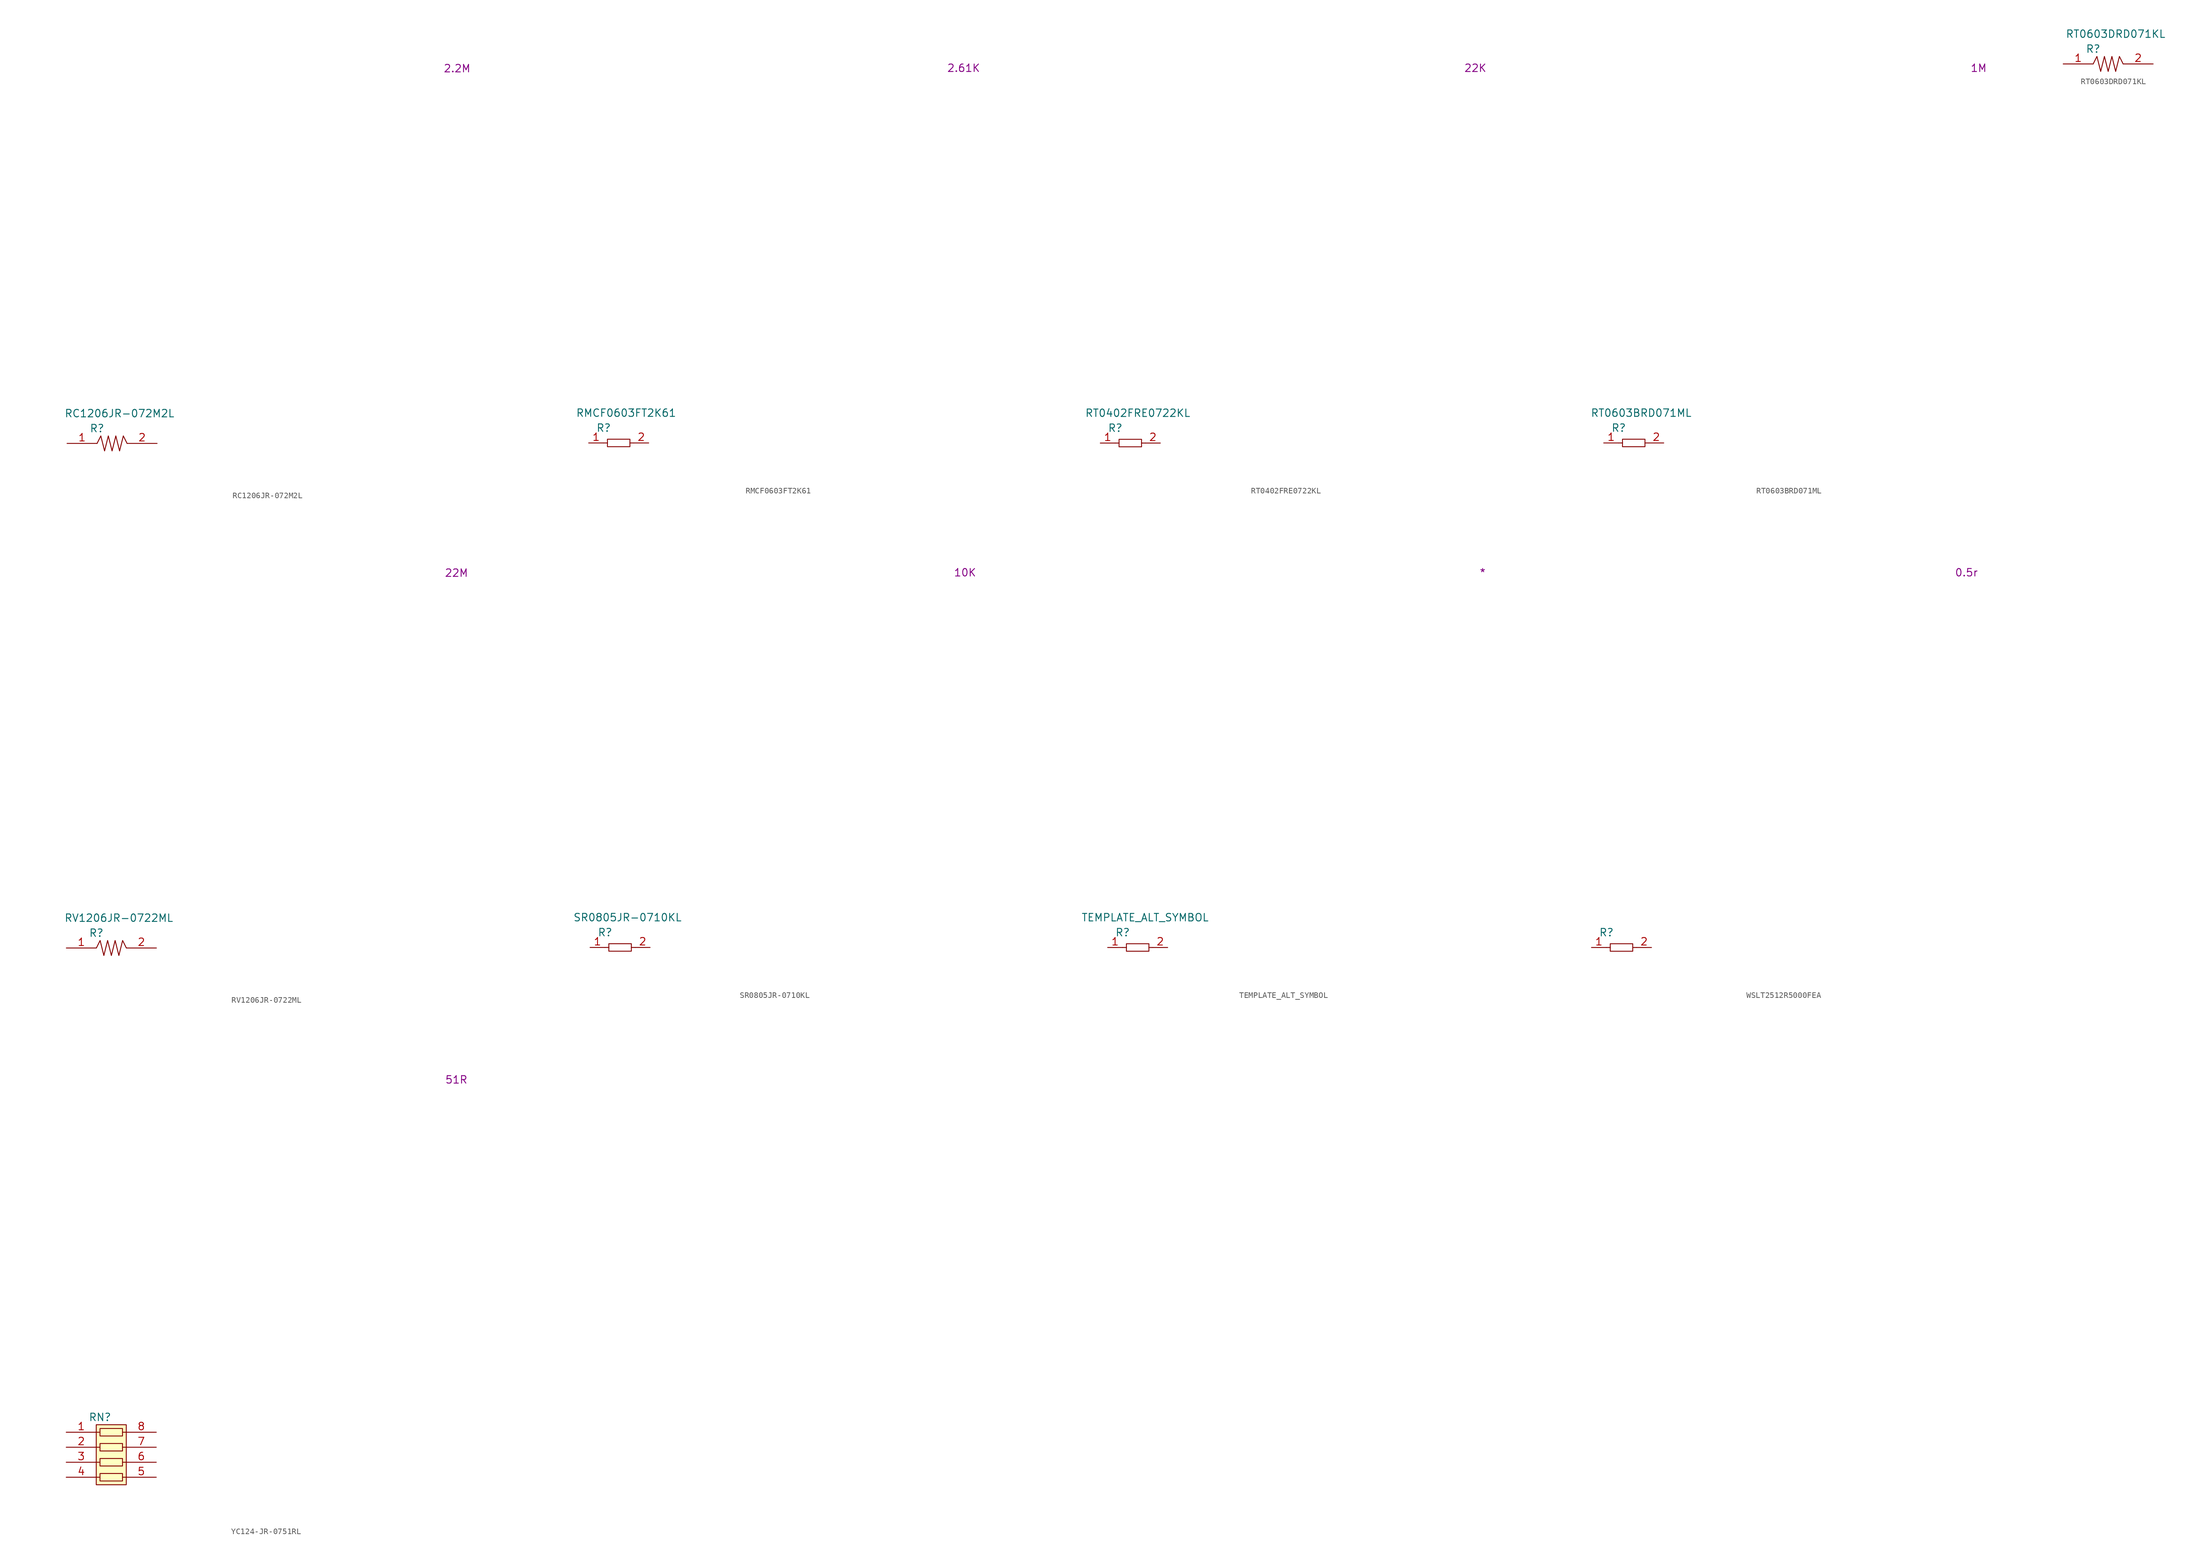
<source format=kicad_sym>
(kicad_symbol_lib
  (version 20231120)
  (generator "kicad_symbol_editor")
  (generator_version "8.0")
  (symbol "RC1206JR-072M2L"
    (pin_names
      (offset 1.016))
    (property "Reference" "R"
      (at -2.54 2.54 0)
      (effects (font (size 1.27 1.27))))
    (property "Value" "RC1206JR-072M2L"
      (at 1.27 5.08 0)
      (effects (font (size 1.27 1.27))))
    (property "_Value_" "2.2M"
      (at 58.42 63.5 0)
      (effects (font (size 1.27 1.27))))
    (symbol "RC1206JR-072M2L_1_1"
      (polyline (pts (xy -2.54 0) (xy -1.905 1.27) (xy -1.27 -1.27) (xy -0.635 1.27) (xy 0 -1.27) (xy 0.635 1.27) (xy 1.27 -1.27) (xy 1.905 1.27) (xy 2.54 0)) (stroke (width 0) (type default)) (fill (type none)))
      (pin passive line (at -7.62 0 0) (length 5.08) (name "~" (effects (font (size 1.27 1.27)))) (number "1" (effects (font (size 1.27 1.27)))))
      (pin passive line (at 7.62 0 180) (length 5.08) (name "~" (effects (font (size 1.27 1.27)))) (number "2" (effects (font (size 1.27 1.27)))))))
  (symbol "RMCF0603FT2K61"
    (pin_names
      (offset 1.016))
    (property "Reference" "R"
      (at -2.54 2.54 0)
      (effects (font (size 1.27 1.27))))
    (property "Value" "RMCF0603FT2K61"
      (at 1.27 5.08 0)
      (effects (font (size 1.27 1.27))))
    (property "_Value_" "2.61K"
      (at 58.42 63.5 0)
      (effects (font (size 1.27 1.27))))
    (symbol "RMCF0603FT2K61_0_1"
      (rectangle (start -1.905 0.635) (end 1.905 -0.635) (stroke (width 0) (type default)) (fill (type none)))
      (polyline (pts (xy -2.54 0) (xy -1.905 0)) (stroke (width 0) (type default)) (fill (type none)))
      (polyline (pts (xy -1.905 0) (xy -1.905 0)) (stroke (width 0) (type default)) (fill (type none)))
      (polyline (pts (xy 1.905 0) (xy 1.905 0)) (stroke (width 0) (type default)) (fill (type none)))
      (polyline (pts (xy 2.54 0) (xy 1.905 0)) (stroke (width 0) (type default)) (fill (type none))))
    (symbol "RMCF0603FT2K61_1_1"
      (pin passive line (at -5.08 0 0) (length 2.515) (name "~" (effects (font (size 1.27 1.27)))) (number "1" (effects (font (size 1.27 1.27)))))
      (pin passive line (at 5.08 0 180) (length 2.515) (name "~" (effects (font (size 1.27 1.27)))) (number "2" (effects (font (size 1.27 1.27)))))))
  (symbol "RT0402FRE0722KL"
    (pin_names
      (offset 1.016))
    (property "Reference" "R"
      (at -2.54 2.54 0)
      (effects (font (size 1.27 1.27))))
    (property "Value" "RT0402FRE0722KL"
      (at 1.27 5.08 0)
      (effects (font (size 1.27 1.27))))
    (property "_Value_" "22K"
      (at 58.42 63.5 0)
      (effects (font (size 1.27 1.27))))
    (symbol "RT0402FRE0722KL_0_1"
      (rectangle (start -1.905 0.635) (end 1.905 -0.635) (stroke (width 0) (type default)) (fill (type none)))
      (polyline (pts (xy -2.54 0) (xy -1.905 0)) (stroke (width 0) (type default)) (fill (type none)))
      (polyline (pts (xy -1.905 0) (xy -1.905 0)) (stroke (width 0) (type default)) (fill (type none)))
      (polyline (pts (xy 1.905 0) (xy 1.905 0)) (stroke (width 0) (type default)) (fill (type none)))
      (polyline (pts (xy 2.54 0) (xy 1.905 0)) (stroke (width 0) (type default)) (fill (type none))))
    (symbol "RT0402FRE0722KL_1_1"
      (pin passive line (at -5.08 0 0) (length 2.515) (name "~" (effects (font (size 1.27 1.27)))) (number "1" (effects (font (size 1.27 1.27)))))
      (pin passive line (at 5.08 0 180) (length 2.515) (name "~" (effects (font (size 1.27 1.27)))) (number "2" (effects (font (size 1.27 1.27)))))))
  (symbol "RT0603BRD071ML"
    (pin_names
      (offset 1.016))
    (property "Reference" "R"
      (at -2.54 2.54 0)
      (effects (font (size 1.27 1.27))))
    (property "Value" "RT0603BRD071ML"
      (at 1.27 5.08 0)
      (effects (font (size 1.27 1.27))))
    (property "_Value_" "1M"
      (at 58.42 63.5 0)
      (effects (font (size 1.27 1.27))))
    (symbol "RT0603BRD071ML_0_1"
      (rectangle (start -1.905 0.635) (end 1.905 -0.635) (stroke (width 0) (type default)) (fill (type none)))
      (polyline (pts (xy -2.54 0) (xy -1.905 0)) (stroke (width 0) (type default)) (fill (type none)))
      (polyline (pts (xy -1.905 0) (xy -1.905 0)) (stroke (width 0) (type default)) (fill (type none)))
      (polyline (pts (xy 1.905 0) (xy 1.905 0)) (stroke (width 0) (type default)) (fill (type none)))
      (polyline (pts (xy 2.54 0) (xy 1.905 0)) (stroke (width 0) (type default)) (fill (type none))))
    (symbol "RT0603BRD071ML_1_1"
      (pin passive line (at -5.08 0 0) (length 2.515) (name "~" (effects (font (size 1.27 1.27)))) (number "1" (effects (font (size 1.27 1.27)))))
      (pin passive line (at 5.08 0 180) (length 2.515) (name "~" (effects (font (size 1.27 1.27)))) (number "2" (effects (font (size 1.27 1.27)))))))
  (symbol "RT0603DRD071KL"
    (pin_names
      (offset 1.016))
    (property "Reference" "R"
      (at -2.54 2.54 0)
      (effects (font (size 1.27 1.27))))
    (property "Value" "RT0603DRD071KL"
      (at 1.27 5.08 0)
      (effects (font (size 1.27 1.27))))
    (symbol "RT0603DRD071KL_1_1"
      (polyline (pts (xy -2.54 0) (xy -1.905 1.27) (xy -1.27 -1.27) (xy -0.635 1.27) (xy 0 -1.27) (xy 0.635 1.27) (xy 1.27 -1.27) (xy 1.905 1.27) (xy 2.54 0)) (stroke (width 0) (type default)) (fill (type none)))
      (pin passive line (at -7.62 0 0) (length 5.08) (name "~" (effects (font (size 1.27 1.27)))) (number "1" (effects (font (size 1.27 1.27)))))
      (pin passive line (at 7.62 0 180) (length 5.08) (name "~" (effects (font (size 1.27 1.27)))) (number "2" (effects (font (size 1.27 1.27)))))))
  (symbol "RV1206JR-0722ML"
    (pin_names
      (offset 1.016))
    (property "Reference" "R"
      (at -2.54 2.54 0)
      (effects (font (size 1.27 1.27))))
    (property "Value" "RV1206JR-0722ML"
      (at 1.27 5.08 0)
      (effects (font (size 1.27 1.27))))
    (property "_Value_" "22M"
      (at 58.42 63.5 0)
      (effects (font (size 1.27 1.27))))
    (symbol "RV1206JR-0722ML_1_1"
      (polyline (pts (xy -2.54 0) (xy -1.905 1.27) (xy -1.27 -1.27) (xy -0.635 1.27) (xy 0 -1.27) (xy 0.635 1.27) (xy 1.27 -1.27) (xy 1.905 1.27) (xy 2.54 0)) (stroke (width 0) (type default)) (fill (type none)))
      (pin passive line (at -7.62 0 0) (length 5.08) (name "~" (effects (font (size 1.27 1.27)))) (number "1" (effects (font (size 1.27 1.27)))))
      (pin passive line (at 7.62 0 180) (length 5.08) (name "~" (effects (font (size 1.27 1.27)))) (number "2" (effects (font (size 1.27 1.27)))))))
  (symbol "SR0805JR-0710KL"
    (pin_names
      (offset 1.016))
    (property "Reference" "R"
      (at -2.54 2.54 0)
      (effects (font (size 1.27 1.27))))
    (property "Value" "SR0805JR-0710KL"
      (at 1.27 5.08 0)
      (effects (font (size 1.27 1.27))))
    (property "_Value_" "10K"
      (at 58.42 63.5 0)
      (effects (font (size 1.27 1.27))))
    (symbol "SR0805JR-0710KL_0_1"
      (rectangle (start -1.905 0.635) (end 1.905 -0.635) (stroke (width 0) (type default)) (fill (type none)))
      (polyline (pts (xy -2.54 0) (xy -1.905 0)) (stroke (width 0) (type default)) (fill (type none)))
      (polyline (pts (xy -1.905 0) (xy -1.905 0)) (stroke (width 0) (type default)) (fill (type none)))
      (polyline (pts (xy 1.905 0) (xy 1.905 0)) (stroke (width 0) (type default)) (fill (type none)))
      (polyline (pts (xy 2.54 0) (xy 1.905 0)) (stroke (width 0) (type default)) (fill (type none))))
    (symbol "SR0805JR-0710KL_1_1"
      (pin passive line (at -5.08 0 0) (length 2.515) (name "~" (effects (font (size 1.27 1.27)))) (number "1" (effects (font (size 1.27 1.27)))))
      (pin passive line (at 5.08 0 180) (length 2.515) (name "~" (effects (font (size 1.27 1.27)))) (number "2" (effects (font (size 1.27 1.27)))))))
  (symbol "TEMPLATE_ALT_SYMBOL"
    (pin_names
      (offset 1.016))
    (property "Reference" "R"
      (at -2.54 2.54 0)
      (effects (font (size 1.27 1.27))))
    (property "Value" "TEMPLATE_ALT_SYMBOL"
      (at 1.27 5.08 0)
      (effects (font (size 1.27 1.27))))
    (property "_Value_" "*"
      (at 58.42 63.5 0)
      (effects (font (size 1.27 1.27))))
    (symbol "TEMPLATE_ALT_SYMBOL_0_1"
      (rectangle (start -1.905 0.635) (end 1.905 -0.635) (stroke (width 0) (type default)) (fill (type none)))
      (polyline (pts (xy -2.54 0) (xy -1.905 0)) (stroke (width 0) (type default)) (fill (type none)))
      (polyline (pts (xy -1.905 0) (xy -1.905 0)) (stroke (width 0) (type default)) (fill (type none)))
      (polyline (pts (xy 1.905 0) (xy 1.905 0)) (stroke (width 0) (type default)) (fill (type none)))
      (polyline (pts (xy 2.54 0) (xy 1.905 0)) (stroke (width 0) (type default)) (fill (type none))))
    (symbol "TEMPLATE_ALT_SYMBOL_1_1"
      (pin passive line (at -5.08 0 0) (length 2.515) (name "~" (effects (font (size 1.27 1.27)))) (number "1" (effects (font (size 1.27 1.27)))))
      (pin passive line (at 5.08 0 180) (length 2.515) (name "~" (effects (font (size 1.27 1.27)))) (number "2" (effects (font (size 1.27 1.27)))))))
  (symbol "WSLT2512R5000FEA"
    (pin_names
      (offset 1.016))
    (property "Reference" "R"
      (at -2.54 2.54 0)
      (effects (font (size 1.27 1.27))))
    (property "_Value_" "0.5r"
      (at 58.42 63.5 0)
      (effects (font (size 1.27 1.27))))
    (symbol "WSLT2512R5000FEA_0_1"
      (rectangle (start -1.905 0.635) (end 1.905 -0.635) (stroke (width 0) (type default)) (fill (type none)))
      (polyline (pts (xy -2.54 0) (xy -1.905 0)) (stroke (width 0) (type default)) (fill (type none)))
      (polyline (pts (xy -1.905 0) (xy -1.905 0)) (stroke (width 0) (type default)) (fill (type none)))
      (polyline (pts (xy 1.905 0) (xy 1.905 0)) (stroke (width 0) (type default)) (fill (type none)))
      (polyline (pts (xy 2.54 0) (xy 1.905 0)) (stroke (width 0) (type default)) (fill (type none))))
    (symbol "WSLT2512R5000FEA_1_1"
      (pin passive line (at -5.08 0 0) (length 2.515) (name "~" (effects (font (size 1.27 1.27)))) (number "1" (effects (font (size 1.27 1.27)))))
      (pin passive line (at 5.08 0 180) (length 2.515) (name "~" (effects (font (size 1.27 1.27)))) (number "2" (effects (font (size 1.27 1.27)))))))
  (symbol "YC124-JR-0751RL"
    (pin_names
      (offset 1.016))
    (property "Reference" "RN"
      (at -1.905 6.35 0)
      (effects (font (size 1.27 1.27))))
    (property "_Value_" "51R"
      (at 58.42 63.5 0)
      (effects (font (size 1.27 1.27))))
    (symbol "YC124-JR-0751RL_0_1"
      (rectangle (start -2.54 5.08) (end 2.54 -5.08) (stroke (width 0) (type default)) (fill (type background)))
      (rectangle (start -1.905 -3.175) (end 1.905 -4.445) (stroke (width 0) (type default)) (fill (type none)))
      (rectangle (start -1.905 -0.635) (end 1.905 -1.905) (stroke (width 0) (type default)) (fill (type none)))
      (rectangle (start -1.905 1.905) (end 1.905 0.635) (stroke (width 0) (type default)) (fill (type none)))
      (rectangle (start -1.905 4.445) (end 1.905 3.175) (stroke (width 0) (type default)) (fill (type none)))
      (polyline (pts (xy -2.54 1.27) (xy -1.905 1.27)) (stroke (width 0) (type default)) (fill (type none)))
      (polyline (pts (xy -1.905 -3.81) (xy -2.54 -3.81)) (stroke (width 0) (type default)) (fill (type none)))
      (polyline (pts (xy -1.905 -1.27) (xy -2.54 -1.27)) (stroke (width 0) (type default)) (fill (type none)))
      (polyline (pts (xy -1.905 3.81) (xy -2.54 3.81)) (stroke (width 0) (type default)) (fill (type none)))
      (polyline (pts (xy 1.905 -3.81) (xy 2.54 -3.81)) (stroke (width 0) (type default)) (fill (type none)))
      (polyline (pts (xy 1.905 1.27) (xy 2.54 1.27)) (stroke (width 0) (type default)) (fill (type none)))
      (polyline (pts (xy 2.54 -1.27) (xy 1.905 -1.27)) (stroke (width 0) (type default)) (fill (type none)))
      (polyline (pts (xy 2.54 3.81) (xy 1.905 3.81)) (stroke (width 0) (type default)) (fill (type none))))
    (symbol "YC124-JR-0751RL_1_1"
      (pin passive line (at -7.62 3.81 0) (length 5.08) (name "~" (effects (font (size 1.27 1.27)))) (number "1" (effects (font (size 1.27 1.27)))))
      (pin passive line (at -7.62 1.27 0) (length 5.08) (name "~" (effects (font (size 1.27 1.27)))) (number "2" (effects (font (size 1.27 1.27)))))
      (pin passive line (at -7.62 -1.27 0) (length 5.08) (name "~" (effects (font (size 1.27 1.27)))) (number "3" (effects (font (size 1.27 1.27)))))
      (pin passive line (at -7.62 -3.81 0) (length 5.08) (name "~" (effects (font (size 1.27 1.27)))) (number "4" (effects (font (size 1.27 1.27)))))
      (pin passive line (at 7.62 -3.81 180) (length 5.08) (name "~" (effects (font (size 1.27 1.27)))) (number "5" (effects (font (size 1.27 1.27)))))
      (pin passive line (at 7.62 -1.27 180) (length 5.08) (name "~" (effects (font (size 1.27 1.27)))) (number "6" (effects (font (size 1.27 1.27)))))
      (pin passive line (at 7.62 1.27 180) (length 5.08) (name "~" (effects (font (size 1.27 1.27)))) (number "7" (effects (font (size 1.27 1.27)))))
      (pin passive line (at 7.62 3.81 180) (length 5.08) (name "~" (effects (font (size 1.27 1.27)))) (number "8" (effects (font (size 1.27 1.27))))))))
</source>
